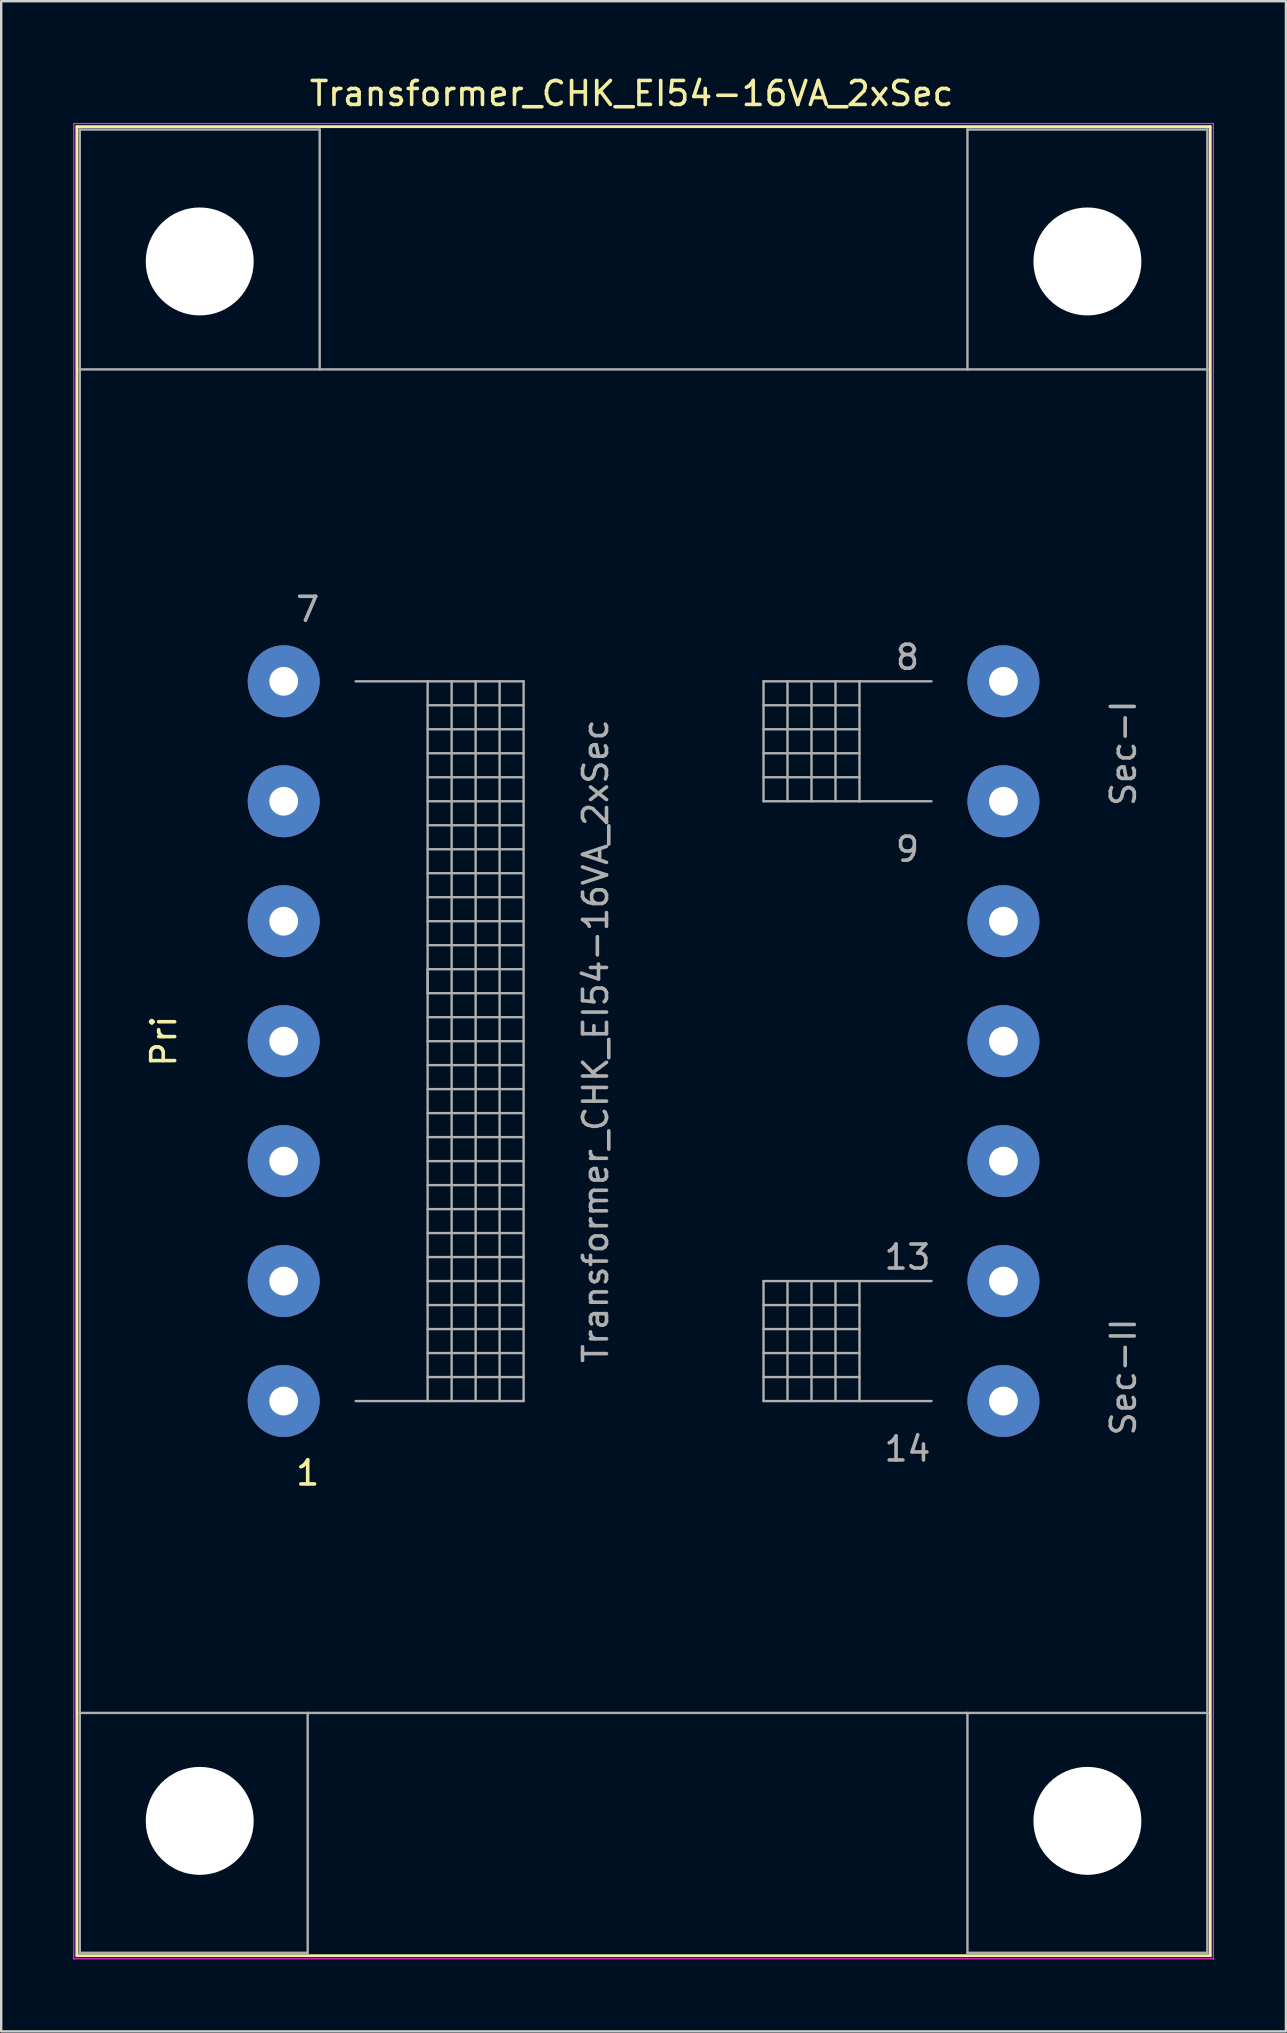
<source format=kicad_pcb>
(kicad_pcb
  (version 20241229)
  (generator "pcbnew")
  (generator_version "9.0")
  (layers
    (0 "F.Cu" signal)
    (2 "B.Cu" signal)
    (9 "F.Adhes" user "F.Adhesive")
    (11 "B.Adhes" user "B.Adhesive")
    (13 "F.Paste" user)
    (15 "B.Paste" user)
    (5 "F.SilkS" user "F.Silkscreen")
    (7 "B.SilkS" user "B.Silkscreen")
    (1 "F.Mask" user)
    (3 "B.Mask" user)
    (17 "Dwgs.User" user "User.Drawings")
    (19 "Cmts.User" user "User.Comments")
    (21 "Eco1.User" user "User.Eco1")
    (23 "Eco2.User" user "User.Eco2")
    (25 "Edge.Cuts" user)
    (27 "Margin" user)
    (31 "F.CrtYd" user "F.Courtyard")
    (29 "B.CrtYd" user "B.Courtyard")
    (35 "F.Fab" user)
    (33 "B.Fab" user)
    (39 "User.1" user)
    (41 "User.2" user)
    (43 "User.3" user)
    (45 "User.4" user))
  (footprint "Transformer_CHK_EI54-16VA_2xSec"
    (layer "F.Cu")
    (at 8.775 55.348)
    (property "Reference" "Transformer_CHK_EI54-16VA_2xSec" (at 14.5 -54.5 0) (layer "F.SilkS") (effects (font (size 1 1) (thickness 0.15))))
    (attr through_hole)
    (fp_line (start -8.62 -53.12) (end -8.62 23.12) (stroke (width 0.12) (type solid)) (layer "F.SilkS"))
    (fp_line (start -8.62 -53.12) (end 38.62 -53.12) (stroke (width 0.12) (type solid)) (layer "F.SilkS"))
    (fp_line (start 38.62 23.12) (end -8.62 23.12) (stroke (width 0.12) (type solid)) (layer "F.SilkS"))
    (fp_line (start 38.62 23.12) (end 38.62 -53.12) (stroke (width 0.12) (type solid)) (layer "F.SilkS"))
    (fp_line (start -8.75 -53.25) (end -8.75 23.25) (stroke (width 0.05) (type solid)) (layer "F.CrtYd"))
    (fp_line (start -8.75 -53.25) (end 38.75 -53.25) (stroke (width 0.05) (type solid)) (layer "F.CrtYd"))
    (fp_line (start 38.75 23.25) (end -8.75 23.25) (stroke (width 0.05) (type solid)) (layer "F.CrtYd"))
    (fp_line (start 38.75 23.25) (end 38.75 -53.25) (stroke (width 0.05) (type solid)) (layer "F.CrtYd"))
    (fp_line (start -8.5 -53) (end 1.5 -53) (stroke (width 0.1) (type solid)) (layer "F.Fab"))
    (fp_line (start -8.5 -43) (end -8.5 -53) (stroke (width 0.1) (type solid)) (layer "F.Fab"))
    (fp_line (start -8.5 -43) (end -8.5 13) (stroke (width 0.1) (type solid)) (layer "F.Fab"))
    (fp_line (start -8.5 13) (end -8.5 23) (stroke (width 0.1) (type solid)) (layer "F.Fab"))
    (fp_line (start -8.5 13) (end 38.5 13) (stroke (width 0.1) (type solid)) (layer "F.Fab"))
    (fp_line (start -8.5 23) (end 1 23) (stroke (width 0.1) (type solid)) (layer "F.Fab"))
    (fp_line (start 1 23) (end 1 13) (stroke (width 0.1) (type solid)) (layer "F.Fab"))
    (fp_line (start 1.5 -53) (end 1.5 -43) (stroke (width 0.1) (type solid)) (layer "F.Fab"))
    (fp_line (start 3 -30) (end 6 -30) (stroke (width 0.1) (type solid)) (layer "F.Fab"))
    (fp_line (start 6 -30) (end 6 0) (stroke (width 0.1) (type solid)) (layer "F.Fab"))
    (fp_line (start 6 -30) (end 10 -30) (stroke (width 0.1) (type solid)) (layer "F.Fab"))
    (fp_line (start 6 -29) (end 10 -29) (stroke (width 0.1) (type solid)) (layer "F.Fab"))
    (fp_line (start 6 -27) (end 10 -27) (stroke (width 0.1) (type solid)) (layer "F.Fab"))
    (fp_line (start 6 -25) (end 10 -25) (stroke (width 0.1) (type solid)) (layer "F.Fab"))
    (fp_line (start 6 -23) (end 10 -23) (stroke (width 0.1) (type solid)) (layer "F.Fab"))
    (fp_line (start 6 -21) (end 10 -21) (stroke (width 0.1) (type solid)) (layer "F.Fab"))
    (fp_line (start 6 -19) (end 10 -19) (stroke (width 0.1) (type solid)) (layer "F.Fab"))
    (fp_line (start 6 -18) (end 6 -17) (stroke (width 0.1) (type solid)) (layer "F.Fab"))
    (fp_line (start 6 -17) (end 10 -17) (stroke (width 0.1) (type solid)) (layer "F.Fab"))
    (fp_line (start 6 -15) (end 10 -15) (stroke (width 0.1) (type solid)) (layer "F.Fab"))
    (fp_line (start 6 -13) (end 10 -13) (stroke (width 0.1) (type solid)) (layer "F.Fab"))
    (fp_line (start 6 -11) (end 10 -11) (stroke (width 0.1) (type solid)) (layer "F.Fab"))
    (fp_line (start 6 -9) (end 10 -9) (stroke (width 0.1) (type solid)) (layer "F.Fab"))
    (fp_line (start 6 -7) (end 10 -7) (stroke (width 0.1) (type solid)) (layer "F.Fab"))
    (fp_line (start 6 -5) (end 10 -5) (stroke (width 0.1) (type solid)) (layer "F.Fab"))
    (fp_line (start 6 -3) (end 10 -3) (stroke (width 0.1) (type solid)) (layer "F.Fab"))
    (fp_line (start 6 -1) (end 10 -1) (stroke (width 0.1) (type solid)) (layer "F.Fab"))
    (fp_line (start 6 0) (end 3 0) (stroke (width 0.1) (type solid)) (layer "F.Fab"))
    (fp_line (start 7 0) (end 7 -30) (stroke (width 0.1) (type solid)) (layer "F.Fab"))
    (fp_line (start 8 -30) (end 8 0) (stroke (width 0.1) (type solid)) (layer "F.Fab"))
    (fp_line (start 9 0) (end 9 -30) (stroke (width 0.1) (type solid)) (layer "F.Fab"))
    (fp_line (start 10 -30) (end 10 0) (stroke (width 0.1) (type solid)) (layer "F.Fab"))
    (fp_line (start 10 -28) (end 6 -28) (stroke (width 0.1) (type solid)) (layer "F.Fab"))
    (fp_line (start 10 -26) (end 6 -26) (stroke (width 0.1) (type solid)) (layer "F.Fab"))
    (fp_line (start 10 -24) (end 6 -24) (stroke (width 0.1) (type solid)) (layer "F.Fab"))
    (fp_line (start 10 -22) (end 6 -22) (stroke (width 0.1) (type solid)) (layer "F.Fab"))
    (fp_line (start 10 -20) (end 6 -20) (stroke (width 0.1) (type solid)) (layer "F.Fab"))
    (fp_line (start 10 -18) (end 6 -18) (stroke (width 0.1) (type solid)) (layer "F.Fab"))
    (fp_line (start 10 -16) (end 6 -16) (stroke (width 0.1) (type solid)) (layer "F.Fab"))
    (fp_line (start 10 -14) (end 6 -14) (stroke (width 0.1) (type solid)) (layer "F.Fab"))
    (fp_line (start 10 -12) (end 6 -12) (stroke (width 0.1) (type solid)) (layer "F.Fab"))
    (fp_line (start 10 -10) (end 6 -10) (stroke (width 0.1) (type solid)) (layer "F.Fab"))
    (fp_line (start 10 -8) (end 6 -8) (stroke (width 0.1) (type solid)) (layer "F.Fab"))
    (fp_line (start 10 -6) (end 6 -6) (stroke (width 0.1) (type solid)) (layer "F.Fab"))
    (fp_line (start 10 -4) (end 6 -4) (stroke (width 0.1) (type solid)) (layer "F.Fab"))
    (fp_line (start 10 -2) (end 6 -2) (stroke (width 0.1) (type solid)) (layer "F.Fab"))
    (fp_line (start 10 0) (end 6 0) (stroke (width 0.1) (type solid)) (layer "F.Fab"))
    (fp_line (start 20 -30) (end 20 -25) (stroke (width 0.1) (type solid)) (layer "F.Fab"))
    (fp_line (start 20 -29) (end 24 -29) (stroke (width 0.1) (type solid)) (layer "F.Fab"))
    (fp_line (start 20 -27) (end 24 -27) (stroke (width 0.1) (type solid)) (layer "F.Fab"))
    (fp_line (start 20 -25) (end 24 -25) (stroke (width 0.1) (type solid)) (layer "F.Fab"))
    (fp_line (start 20 -5) (end 20 0) (stroke (width 0.1) (type solid)) (layer "F.Fab"))
    (fp_line (start 20 -4) (end 24 -4) (stroke (width 0.1) (type solid)) (layer "F.Fab"))
    (fp_line (start 20 -2) (end 24 -2) (stroke (width 0.1) (type solid)) (layer "F.Fab"))
    (fp_line (start 20 0) (end 24 0) (stroke (width 0.1) (type solid)) (layer "F.Fab"))
    (fp_line (start 21 -25) (end 21 -30) (stroke (width 0.1) (type solid)) (layer "F.Fab"))
    (fp_line (start 21 0) (end 21 -5) (stroke (width 0.1) (type solid)) (layer "F.Fab"))
    (fp_line (start 22 -30) (end 22 -25) (stroke (width 0.1) (type solid)) (layer "F.Fab"))
    (fp_line (start 22 -5) (end 22 0) (stroke (width 0.1) (type solid)) (layer "F.Fab"))
    (fp_line (start 23 -25) (end 23 -30) (stroke (width 0.1) (type solid)) (layer "F.Fab"))
    (fp_line (start 23 0) (end 23 -5) (stroke (width 0.1) (type solid)) (layer "F.Fab"))
    (fp_line (start 24 -30) (end 20 -30) (stroke (width 0.1) (type solid)) (layer "F.Fab"))
    (fp_line (start 24 -30) (end 24 -25) (stroke (width 0.1) (type solid)) (layer "F.Fab"))
    (fp_line (start 24 -28) (end 20 -28) (stroke (width 0.1) (type solid)) (layer "F.Fab"))
    (fp_line (start 24 -26) (end 20 -26) (stroke (width 0.1) (type solid)) (layer "F.Fab"))
    (fp_line (start 24 -25) (end 27 -25) (stroke (width 0.1) (type solid)) (layer "F.Fab"))
    (fp_line (start 24 -5) (end 20 -5) (stroke (width 0.1) (type solid)) (layer "F.Fab"))
    (fp_line (start 24 -5) (end 24 0) (stroke (width 0.1) (type solid)) (layer "F.Fab"))
    (fp_line (start 24 -3) (end 20 -3) (stroke (width 0.1) (type solid)) (layer "F.Fab"))
    (fp_line (start 24 -1) (end 20 -1) (stroke (width 0.1) (type solid)) (layer "F.Fab"))
    (fp_line (start 24 0) (end 27 0) (stroke (width 0.1) (type solid)) (layer "F.Fab"))
    (fp_line (start 27 -30) (end 24 -30) (stroke (width 0.1) (type solid)) (layer "F.Fab"))
    (fp_line (start 27 -5) (end 24 -5) (stroke (width 0.1) (type solid)) (layer "F.Fab"))
    (fp_line (start 28.5 -53) (end 28.5 -43) (stroke (width 0.1) (type solid)) (layer "F.Fab"))
    (fp_line (start 28.5 23) (end 28.5 13) (stroke (width 0.1) (type solid)) (layer "F.Fab"))
    (fp_line (start 38.5 -53) (end 28.5 -53) (stroke (width 0.1) (type solid)) (layer "F.Fab"))
    (fp_line (start 38.5 -43) (end -8.5 -43) (stroke (width 0.1) (type solid)) (layer "F.Fab"))
    (fp_line (start 38.5 -43) (end 38.5 -53) (stroke (width 0.1) (type solid)) (layer "F.Fab"))
    (fp_line (start 38.5 13) (end 38.5 -43) (stroke (width 0.1) (type solid)) (layer "F.Fab"))
    (fp_line (start 38.5 13) (end 38.5 23) (stroke (width 0.1) (type solid)) (layer "F.Fab"))
    (fp_line (start 38.5 23) (end 28.5 23) (stroke (width 0.1) (type solid)) (layer "F.Fab"))
    (fp_text user "Pri" (at -5 -15 90) (layer "F.SilkS") (effects (font (size 1 1) (thickness 0.15))))
    (fp_text user "1" (at 1 3 0) (layer "F.SilkS") (effects (font (size 1 1) (thickness 0.15))))
    (fp_text user "13" (at 26 -6 0) (layer "F.Fab") (effects (font (size 1 1) (thickness 0.15))))
    (fp_text user "8" (at 26 -31 0) (layer "F.Fab") (effects (font (size 1 1) (thickness 0.15))))
    (fp_text user "Sec-II" (at 35 -1 90) (layer "F.Fab") (effects (font (size 1 1) (thickness 0.15))))
    (fp_text user "Sec-I" (at 35 -27 90) (layer "F.Fab") (effects (font (size 1 1) (thickness 0.15))))
    (fp_text user "14" (at 26 2 0) (layer "F.Fab") (effects (font (size 1 1) (thickness 0.15))))
    (fp_text user "${REFERENCE}" (at 13 -15 90) (layer "F.Fab") (effects (font (size 1 1) (thickness 0.15))))
    (fp_text user "7" (at 1 -33 0) (layer "F.Fab") (effects (font (size 1 1) (thickness 0.15))))
    (fp_text user "9" (at 26 -23 0) (layer "F.Fab") (effects (font (size 1 1) (thickness 0.15))))
    (pad "" np_thru_hole circle (at -3.5 -47.5) (size 4.5 4.5) (drill 4.5) (layers "*.Cu" "*.Mask"))
    (pad "" np_thru_hole circle (at -3.5 17.5) (size 4.5 4.5) (drill 4.5) (layers "*.Cu" "*.Mask"))
    (pad "" np_thru_hole circle (at 33.5 -47.5) (size 4.5 4.5) (drill 4.5) (layers "*.Cu" "*.Mask"))
    (pad "" np_thru_hole circle (at 33.5 17.5) (size 4.5 4.5) (drill 4.5) (layers "*.Cu" "*.Mask"))
    (pad "1" thru_hole circle (at 0 0) (size 3 3) (drill 1.2) (layers "*.Cu" "*.Mask"))
    (pad "2" thru_hole circle (at 0 -5) (size 3 3) (drill 1.2) (layers "*.Cu" "*.Mask"))
    (pad "3" thru_hole circle (at 0 -10) (size 3 3) (drill 1.2) (layers "*.Cu" "*.Mask"))
    (pad "4" thru_hole circle (at 0 -15) (size 3 3) (drill 1.2) (layers "*.Cu" "*.Mask"))
    (pad "5" thru_hole circle (at 0 -20) (size 3 3) (drill 1.2) (layers "*.Cu" "*.Mask"))
    (pad "6" thru_hole circle (at 0 -25) (size 3 3) (drill 1.2) (layers "*.Cu" "*.Mask"))
    (pad "7" thru_hole circle (at 0 -30) (size 3 3) (drill 1.2) (layers "*.Cu" "*.Mask"))
    (pad "8" thru_hole circle (at 30 -30) (size 3 3) (drill 1.2) (layers "*.Cu" "*.Mask"))
    (pad "9" thru_hole circle (at 30 -25) (size 3 3) (drill 1.2) (layers "*.Cu" "*.Mask"))
    (pad "10" thru_hole circle (at 30 -20) (size 3 3) (drill 1.2) (layers "*.Cu" "*.Mask"))
    (pad "11" thru_hole circle (at 30 -15) (size 3 3) (drill 1.2) (layers "*.Cu" "*.Mask"))
    (pad "12" thru_hole circle (at 30 -10) (size 3 3) (drill 1.2) (layers "*.Cu" "*.Mask"))
    (pad "13" thru_hole circle (at 30 -5) (size 3 3) (drill 1.2) (layers "*.Cu" "*.Mask"))
    (pad "14" thru_hole circle (at 30 0) (size 3 3) (drill 1.2) (layers "*.Cu" "*.Mask")))
  (gr_rect
    (start -3 -3)
    (end 50.55 81.623)
    (stroke (width 0.1) (type default))
    (fill no)
    (layer "Edge.Cuts")))
</source>
